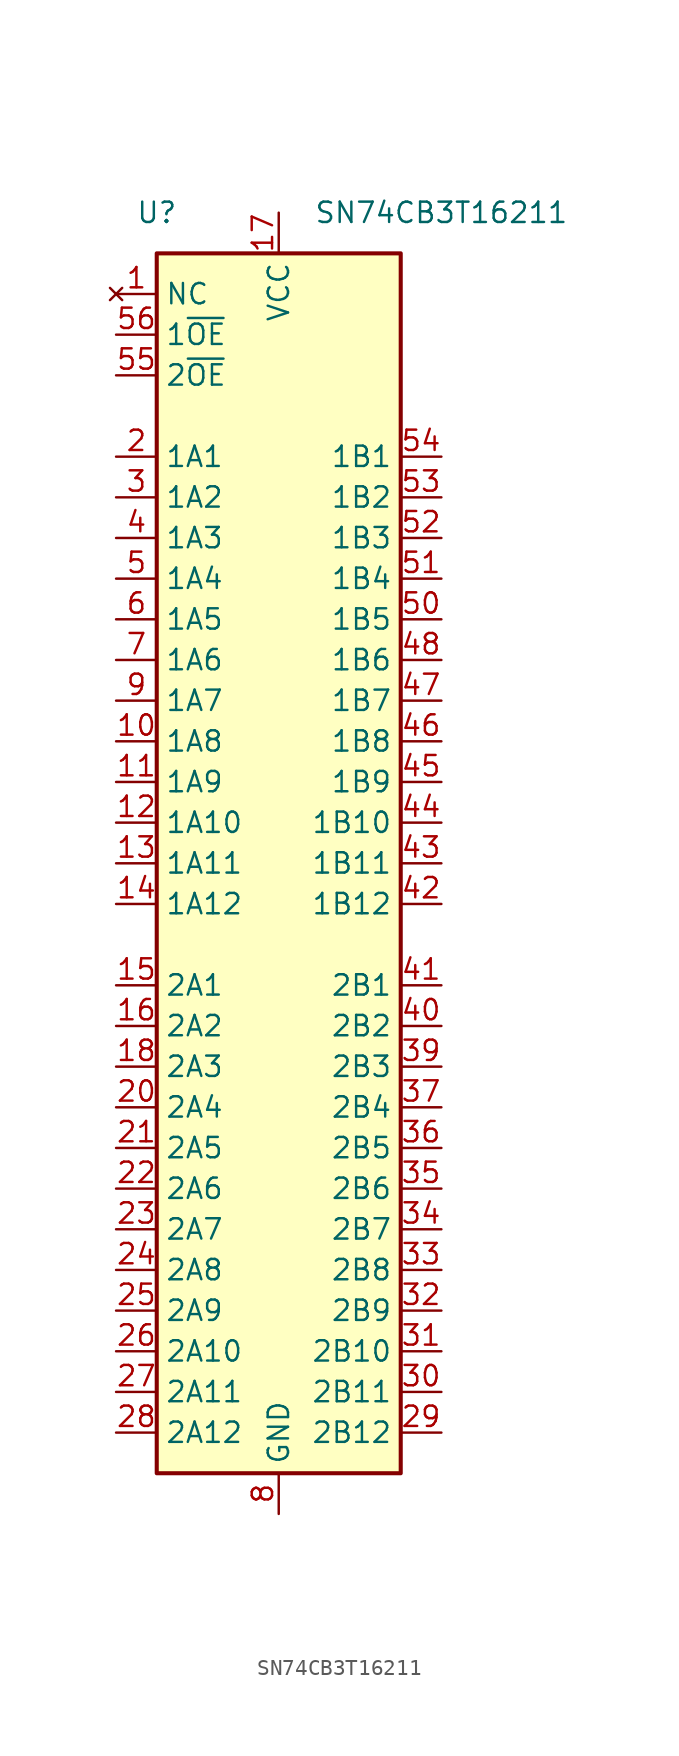
<source format=kicad_sym>
(kicad_symbol_lib
  (version 20201005)
  (generator kicad_symbol_editor)
  (symbol "SN74CB3T16211"
    (property "Reference" "U"
      (at -7.62 40.64 0)
      (effects (font (size 1.27 1.27))))
    (property "Value" "SN74CB3T16211"
      (at 10.16 40.64 0)
      (effects (font (size 1.27 1.27))))
    (symbol "SN74CB3T16211_0_1"
      (rectangle (start -7.62 38.1) (end 7.62 -38.1) (stroke (width 0.254)) (fill (type background))))
    (symbol "SN74CB3T16211_1_0"
      (pin bidirectional line (at -10.16 7.62 0) (length 2.54) (name "1A8" (effects (font (size 1.27 1.27)))) (number "10" (effects (font (size 1.27 1.27)))))
      (pin bidirectional line (at -10.16 5.08 0) (length 2.54) (name "1A9" (effects (font (size 1.27 1.27)))) (number "11" (effects (font (size 1.27 1.27)))))
      (pin bidirectional line (at -10.16 2.54 0) (length 2.54) (name "1A10" (effects (font (size 1.27 1.27)))) (number "12" (effects (font (size 1.27 1.27)))))
      (pin bidirectional line (at -10.16 0 0) (length 2.54) (name "1A11" (effects (font (size 1.27 1.27)))) (number "13" (effects (font (size 1.27 1.27)))))
      (pin bidirectional line (at -10.16 -2.54 0) (length 2.54) (name "1A12" (effects (font (size 1.27 1.27)))) (number "14" (effects (font (size 1.27 1.27)))))
      (pin bidirectional line (at -10.16 -7.62 0) (length 2.54) (name "2A1" (effects (font (size 1.27 1.27)))) (number "15" (effects (font (size 1.27 1.27)))))
      (pin bidirectional line (at -10.16 -10.16 0) (length 2.54) (name "2A2" (effects (font (size 1.27 1.27)))) (number "16" (effects (font (size 1.27 1.27)))))
      (pin power_in line (at 0 40.64 270) (length 2.54) (name "VCC" (effects (font (size 1.27 1.27)))) (number "17" (effects (font (size 1.27 1.27)))))
      (pin bidirectional line (at -10.16 -12.7 0) (length 2.54) (name "2A3" (effects (font (size 1.27 1.27)))) (number "18" (effects (font (size 1.27 1.27)))))
      (pin passive line (at 0 -40.64 90) (length 2.54) hide (name "GND" (effects (font (size 1.27 1.27)))) (number "19" (effects (font (size 1.27 1.27)))))
      (pin bidirectional line (at -10.16 25.4 0) (length 2.54) (name "1A1" (effects (font (size 1.27 1.27)))) (number "2" (effects (font (size 1.27 1.27)))))
      (pin bidirectional line (at -10.16 -15.24 0) (length 2.54) (name "2A4" (effects (font (size 1.27 1.27)))) (number "20" (effects (font (size 1.27 1.27)))))
      (pin bidirectional line (at -10.16 -17.78 0) (length 2.54) (name "2A5" (effects (font (size 1.27 1.27)))) (number "21" (effects (font (size 1.27 1.27)))))
      (pin bidirectional line (at -10.16 -20.32 0) (length 2.54) (name "2A6" (effects (font (size 1.27 1.27)))) (number "22" (effects (font (size 1.27 1.27)))))
      (pin bidirectional line (at -10.16 -22.86 0) (length 2.54) (name "2A7" (effects (font (size 1.27 1.27)))) (number "23" (effects (font (size 1.27 1.27)))))
      (pin bidirectional line (at -10.16 -25.4 0) (length 2.54) (name "2A8" (effects (font (size 1.27 1.27)))) (number "24" (effects (font (size 1.27 1.27)))))
      (pin bidirectional line (at -10.16 -27.94 0) (length 2.54) (name "2A9" (effects (font (size 1.27 1.27)))) (number "25" (effects (font (size 1.27 1.27)))))
      (pin bidirectional line (at -10.16 -30.48 0) (length 2.54) (name "2A10" (effects (font (size 1.27 1.27)))) (number "26" (effects (font (size 1.27 1.27)))))
      (pin bidirectional line (at -10.16 -33.02 0) (length 2.54) (name "2A11" (effects (font (size 1.27 1.27)))) (number "27" (effects (font (size 1.27 1.27)))))
      (pin bidirectional line (at -10.16 -35.56 0) (length 2.54) (name "2A12" (effects (font (size 1.27 1.27)))) (number "28" (effects (font (size 1.27 1.27)))))
      (pin bidirectional line (at 10.16 -35.56 180) (length 2.54) (name "2B12" (effects (font (size 1.27 1.27)))) (number "29" (effects (font (size 1.27 1.27)))))
      (pin bidirectional line (at -10.16 22.86 0) (length 2.54) (name "1A2" (effects (font (size 1.27 1.27)))) (number "3" (effects (font (size 1.27 1.27)))))
      (pin bidirectional line (at 10.16 -33.02 180) (length 2.54) (name "2B11" (effects (font (size 1.27 1.27)))) (number "30" (effects (font (size 1.27 1.27)))))
      (pin bidirectional line (at 10.16 -30.48 180) (length 2.54) (name "2B10" (effects (font (size 1.27 1.27)))) (number "31" (effects (font (size 1.27 1.27)))))
      (pin bidirectional line (at 10.16 -27.94 180) (length 2.54) (name "2B9" (effects (font (size 1.27 1.27)))) (number "32" (effects (font (size 1.27 1.27)))))
      (pin bidirectional line (at 10.16 -25.4 180) (length 2.54) (name "2B8" (effects (font (size 1.27 1.27)))) (number "33" (effects (font (size 1.27 1.27)))))
      (pin bidirectional line (at 10.16 -22.86 180) (length 2.54) (name "2B7" (effects (font (size 1.27 1.27)))) (number "34" (effects (font (size 1.27 1.27)))))
      (pin bidirectional line (at 10.16 -20.32 180) (length 2.54) (name "2B6" (effects (font (size 1.27 1.27)))) (number "35" (effects (font (size 1.27 1.27)))))
      (pin bidirectional line (at 10.16 -17.78 180) (length 2.54) (name "2B5" (effects (font (size 1.27 1.27)))) (number "36" (effects (font (size 1.27 1.27)))))
      (pin bidirectional line (at 10.16 -15.24 180) (length 2.54) (name "2B4" (effects (font (size 1.27 1.27)))) (number "37" (effects (font (size 1.27 1.27)))))
      (pin passive line (at 0 -40.64 90) (length 2.54) hide (name "GND" (effects (font (size 1.27 1.27)))) (number "38" (effects (font (size 1.27 1.27)))))
      (pin bidirectional line (at 10.16 -12.7 180) (length 2.54) (name "2B3" (effects (font (size 1.27 1.27)))) (number "39" (effects (font (size 1.27 1.27)))))
      (pin bidirectional line (at -10.16 20.32 0) (length 2.54) (name "1A3" (effects (font (size 1.27 1.27)))) (number "4" (effects (font (size 1.27 1.27)))))
      (pin bidirectional line (at 10.16 -10.16 180) (length 2.54) (name "2B2" (effects (font (size 1.27 1.27)))) (number "40" (effects (font (size 1.27 1.27)))))
      (pin bidirectional line (at 10.16 -7.62 180) (length 2.54) (name "2B1" (effects (font (size 1.27 1.27)))) (number "41" (effects (font (size 1.27 1.27)))))
      (pin bidirectional line (at 10.16 -2.54 180) (length 2.54) (name "1B12" (effects (font (size 1.27 1.27)))) (number "42" (effects (font (size 1.27 1.27)))))
      (pin bidirectional line (at 10.16 0 180) (length 2.54) (name "1B11" (effects (font (size 1.27 1.27)))) (number "43" (effects (font (size 1.27 1.27)))))
      (pin bidirectional line (at 10.16 2.54 180) (length 2.54) (name "1B10" (effects (font (size 1.27 1.27)))) (number "44" (effects (font (size 1.27 1.27)))))
      (pin bidirectional line (at 10.16 5.08 180) (length 2.54) (name "1B9" (effects (font (size 1.27 1.27)))) (number "45" (effects (font (size 1.27 1.27)))))
      (pin bidirectional line (at 10.16 7.62 180) (length 2.54) (name "1B8" (effects (font (size 1.27 1.27)))) (number "46" (effects (font (size 1.27 1.27)))))
      (pin bidirectional line (at 10.16 10.16 180) (length 2.54) (name "1B7" (effects (font (size 1.27 1.27)))) (number "47" (effects (font (size 1.27 1.27)))))
      (pin bidirectional line (at 10.16 12.7 180) (length 2.54) (name "1B6" (effects (font (size 1.27 1.27)))) (number "48" (effects (font (size 1.27 1.27)))))
      (pin passive line (at 0 -40.64 90) (length 2.54) hide (name "GND" (effects (font (size 1.27 1.27)))) (number "49" (effects (font (size 1.27 1.27)))))
      (pin bidirectional line (at -10.16 17.78 0) (length 2.54) (name "1A4" (effects (font (size 1.27 1.27)))) (number "5" (effects (font (size 1.27 1.27)))))
      (pin bidirectional line (at 10.16 15.24 180) (length 2.54) (name "1B5" (effects (font (size 1.27 1.27)))) (number "50" (effects (font (size 1.27 1.27)))))
      (pin bidirectional line (at 10.16 17.78 180) (length 2.54) (name "1B4" (effects (font (size 1.27 1.27)))) (number "51" (effects (font (size 1.27 1.27)))))
      (pin bidirectional line (at 10.16 20.32 180) (length 2.54) (name "1B3" (effects (font (size 1.27 1.27)))) (number "52" (effects (font (size 1.27 1.27)))))
      (pin bidirectional line (at 10.16 22.86 180) (length 2.54) (name "1B2" (effects (font (size 1.27 1.27)))) (number "53" (effects (font (size 1.27 1.27)))))
      (pin bidirectional line (at 10.16 25.4 180) (length 2.54) (name "1B1" (effects (font (size 1.27 1.27)))) (number "54" (effects (font (size 1.27 1.27)))))
      (pin input line (at -10.16 30.48 0) (length 2.54) (name "2~OE~" (effects (font (size 1.27 1.27)))) (number "55" (effects (font (size 1.27 1.27)))))
      (pin input line (at -10.16 33.02 0) (length 2.54) (name "1~OE~" (effects (font (size 1.27 1.27)))) (number "56" (effects (font (size 1.27 1.27)))))
      (pin bidirectional line (at -10.16 15.24 0) (length 2.54) (name "1A5" (effects (font (size 1.27 1.27)))) (number "6" (effects (font (size 1.27 1.27)))))
      (pin bidirectional line (at -10.16 12.7 0) (length 2.54) (name "1A6" (effects (font (size 1.27 1.27)))) (number "7" (effects (font (size 1.27 1.27)))))
      (pin power_in line (at 0 -40.64 90) (length 2.54) (name "GND" (effects (font (size 1.27 1.27)))) (number "8" (effects (font (size 1.27 1.27)))))
      (pin bidirectional line (at -10.16 10.16 0) (length 2.54) (name "1A7" (effects (font (size 1.27 1.27)))) (number "9" (effects (font (size 1.27 1.27))))))
    (symbol "SN74CB3T16211_1_1"
      (pin no_connect line (at -10.16 35.56 0) (length 2.54) (name "NC" (effects (font (size 1.27 1.27)))) (number "1" (effects (font (size 1.27 1.27))))))))
</source>
